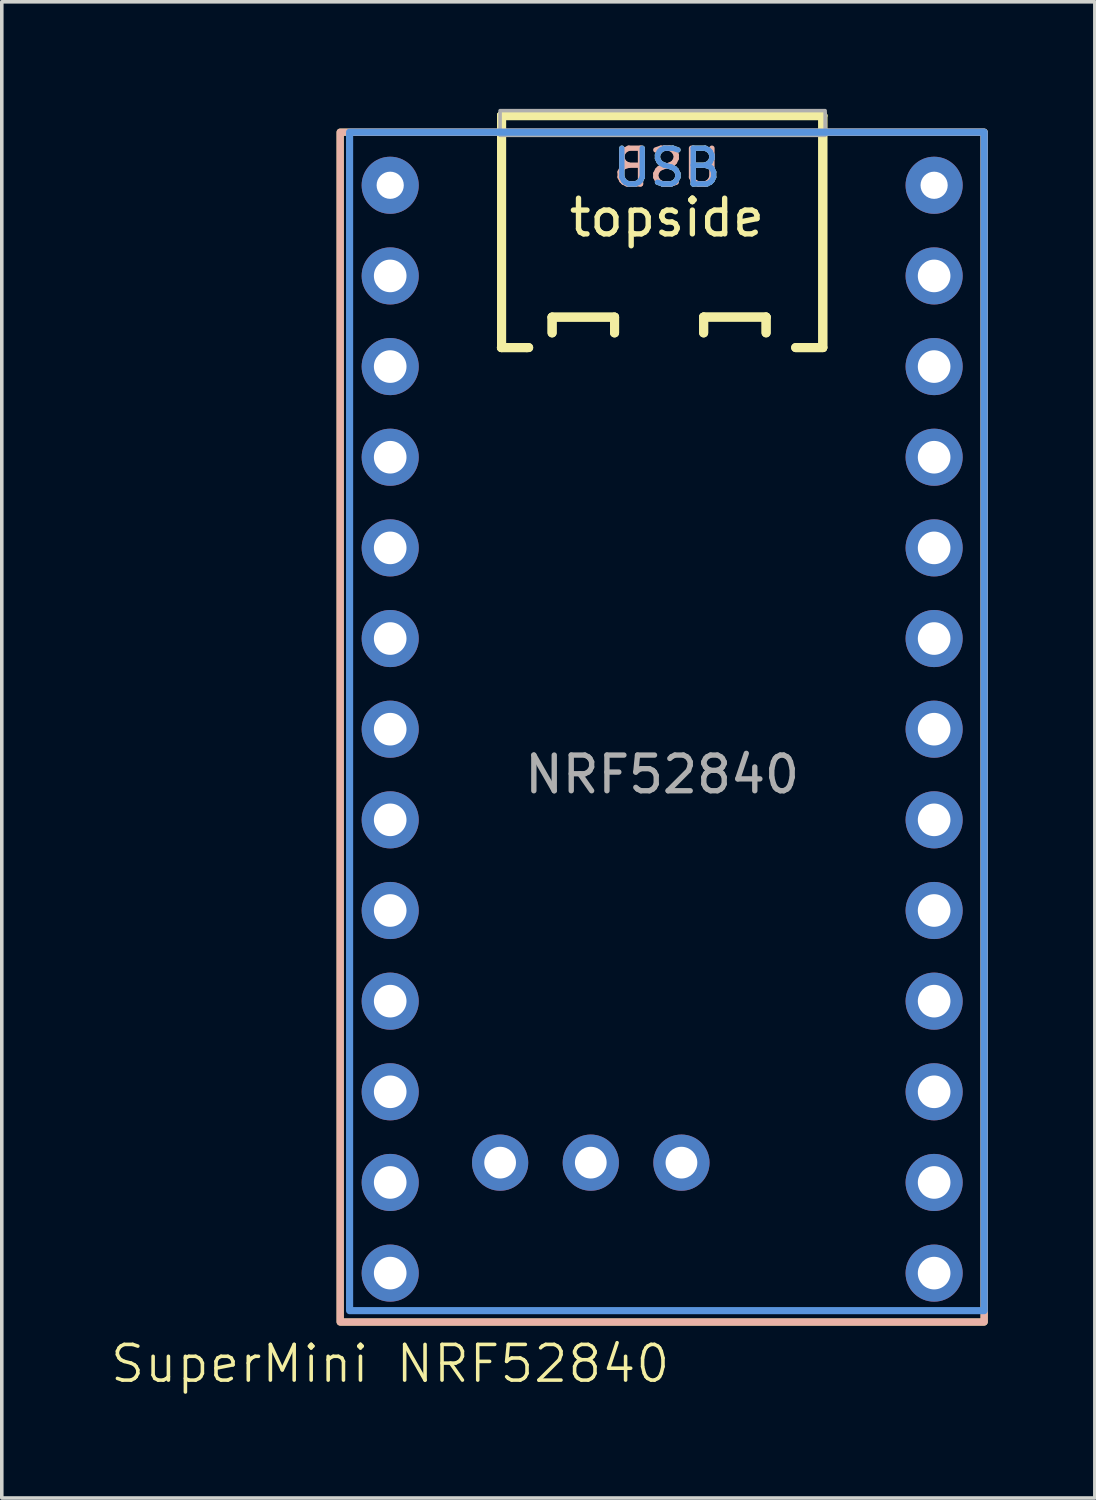
<source format=kicad_pcb>
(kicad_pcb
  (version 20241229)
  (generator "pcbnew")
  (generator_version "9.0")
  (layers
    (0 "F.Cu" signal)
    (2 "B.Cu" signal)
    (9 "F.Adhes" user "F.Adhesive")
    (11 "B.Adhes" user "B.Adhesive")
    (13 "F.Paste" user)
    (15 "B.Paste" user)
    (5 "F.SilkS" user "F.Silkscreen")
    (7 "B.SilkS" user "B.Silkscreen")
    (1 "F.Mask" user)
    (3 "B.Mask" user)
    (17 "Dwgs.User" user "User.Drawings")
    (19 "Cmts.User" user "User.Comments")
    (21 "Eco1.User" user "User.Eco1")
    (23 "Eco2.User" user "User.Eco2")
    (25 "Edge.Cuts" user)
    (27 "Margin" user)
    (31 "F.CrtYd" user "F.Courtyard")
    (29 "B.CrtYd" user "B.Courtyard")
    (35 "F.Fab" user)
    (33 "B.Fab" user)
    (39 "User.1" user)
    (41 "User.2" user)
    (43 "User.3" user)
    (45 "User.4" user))
  (footprint "SuperMini NRF52840"
    (layer "F.Cu")
    (at 7.883 2.141)
    (property "Reference" "SuperMini NRF52840" (at 0 33.02 0) (unlocked yes) (layer "F.SilkS") (effects (font (size 1 1) (thickness 0.1))))
    (attr through_hole exclude_from_bom)
    (fp_line (start 3.116 4.548) (end 3.824 4.548) (stroke (width 0.254) (type solid)) (layer "F.SilkS"))
    (fp_line (start 3.116 4.548) (end 3.824 4.548) (stroke (width 0.254) (type solid)) (layer "F.SilkS"))
    (fp_line (start 3.12 -1.952) (end 3.12 4.548) (stroke (width 0.254) (type solid)) (layer "F.SilkS"))
    (fp_line (start 3.12 -1.952) (end 3.12 4.548) (stroke (width 0.254) (type solid)) (layer "F.SilkS"))
    (fp_line (start 3.12 -1.952) (end 3.17 -1.952) (stroke (width 0.254) (type solid)) (layer "F.SilkS"))
    (fp_line (start 3.12 -1.952) (end 3.17 -1.952) (stroke (width 0.254) (type solid)) (layer "F.SilkS"))
    (fp_line (start 3.17 -1.952) (end 12.12 -1.952) (stroke (width 0.254) (type solid)) (layer "F.SilkS"))
    (fp_line (start 3.17 -1.952) (end 12.12 -1.952) (stroke (width 0.254) (type solid)) (layer "F.SilkS"))
    (fp_line (start 3.824 4.548) (end 3.879 4.548) (stroke (width 0.254) (type solid)) (layer "F.SilkS"))
    (fp_line (start 3.824 4.548) (end 3.879 4.548) (stroke (width 0.254) (type solid)) (layer "F.SilkS"))
    (fp_line (start 4.536 3.695) (end 4.536 4.136) (stroke (width 0.254) (type solid)) (layer "F.SilkS"))
    (fp_line (start 4.536 3.695) (end 4.536 4.136) (stroke (width 0.254) (type solid)) (layer "F.SilkS"))
    (fp_line (start 4.536 3.695) (end 6.286 3.695) (stroke (width 0.254) (type solid)) (layer "F.SilkS"))
    (fp_line (start 4.536 3.695) (end 6.286 3.695) (stroke (width 0.254) (type solid)) (layer "F.SilkS"))
    (fp_line (start 6.286 3.695) (end 6.286 4.136) (stroke (width 0.254) (type solid)) (layer "F.SilkS"))
    (fp_line (start 6.286 3.695) (end 6.286 4.136) (stroke (width 0.254) (type solid)) (layer "F.SilkS"))
    (fp_line (start 8.782 3.693) (end 8.782 4.136) (stroke (width 0.254) (type solid)) (layer "F.SilkS"))
    (fp_line (start 8.782 3.693) (end 8.782 4.136) (stroke (width 0.254) (type solid)) (layer "F.SilkS"))
    (fp_line (start 8.782 3.693) (end 10.532 3.693) (stroke (width 0.254) (type solid)) (layer "F.SilkS"))
    (fp_line (start 8.782 3.693) (end 10.532 3.693) (stroke (width 0.254) (type solid)) (layer "F.SilkS"))
    (fp_line (start 10.532 3.693) (end 10.532 4.135) (stroke (width 0.254) (type solid)) (layer "F.SilkS"))
    (fp_line (start 10.532 3.693) (end 10.532 4.135) (stroke (width 0.254) (type solid)) (layer "F.SilkS"))
    (fp_line (start 11.361 4.548) (end 12.12 4.548) (stroke (width 0.254) (type solid)) (layer "F.SilkS"))
    (fp_line (start 11.361 4.548) (end 12.12 4.548) (stroke (width 0.254) (type solid)) (layer "F.SilkS"))
    (fp_line (start 12.12 -1.952) (end 12.12 4.548) (stroke (width 0.254) (type solid)) (layer "F.SilkS"))
    (fp_line (start 12.12 -1.952) (end 12.12 4.548) (stroke (width 0.254) (type solid)) (layer "F.SilkS"))
    (fp_rect (start 16.642 -1.488) (end -1.402 31.85) (stroke (width 0.2) (type default)) (fill no) (layer "F.SilkS"))
    (fp_rect (start 16.642 -1.488) (end -1.402 31.85) (stroke (width 0.2) (type default)) (fill no) (layer "B.SilkS"))
    (fp_rect (start 16.642 -1.488) (end -1.138 31.532) (stroke (width 0.2) (type solid)) (fill no) (layer "Cmts.User"))
    (fp_line (start 3.15 -1.947) (end 3.15 4.553) (stroke (width 0.051) (type solid)) (layer "Eco1.User"))
    (fp_line (start 3.15 -1.947) (end 12.09 -1.947) (stroke (width 0.051) (type solid)) (layer "Eco1.User"))
    (fp_line (start 3.15 4.553) (end 12.09 4.553) (stroke (width 0.051) (type solid)) (layer "Eco1.User"))
    (fp_line (start 12.09 -1.947) (end 12.09 4.553) (stroke (width 0.051) (type solid)) (layer "Eco1.User"))
    (fp_rect (start 3.079 -1.398) (end 12.186 -2.091) (stroke (width 0.1) (type default)) (fill no) (layer "F.Fab"))
    (fp_circle (center 4.42 4.898) (end 4.57 4.898) (stroke (width 0.3) (type solid)) (fill no) (layer "User.6"))
    (fp_text user "USB" (at 7.752 0.092 0) (unlocked yes) (layer "F.SilkS") (effects (font (size 1 1) (thickness 0.15)) (justify bottom)))
    (fp_text user "topside" (at 7.752 1.492 0) (unlocked yes) (layer "F.SilkS") (effects (font (size 1 1) (thickness 0.15)) (justify bottom)))
    (fp_text user "USB" (at 7.752 0.092 0) (unlocked yes) (layer "B.SilkS") (effects (font (size 1 1) (thickness 0.15)) (justify bottom mirror)))
    (fp_text user "USB" (at 7.752 0.092 0) (layer "Cmts.User") (effects (font (size 1 1) (thickness 0.15)) (justify bottom)))
    (fp_text user "NRF52840" (at 7.62 16.51 0) (unlocked yes) (layer "F.Fab") (effects (font (size 1 1) (thickness 0.15))))
    (pad "1" thru_hole circle (at 0 2.54 90) (size 1.6 1.6) (drill 0.914) (layers "*.Cu" "*.Mask"))
    (pad "2" thru_hole circle (at 0 5.08 90) (size 1.6 1.6) (drill 0.914) (layers "*.Cu" "*.Mask"))
    (pad "3" thru_hole circle (at 0 7.62 90) (size 1.6 1.6) (drill 0.914) (layers "*.Cu" "*.Mask"))
    (pad "4" thru_hole circle (at 0 10.16 90) (size 1.6 1.6) (drill 0.914) (layers "*.Cu" "*.Mask"))
    (pad "5" thru_hole circle (at 0 12.7 90) (size 1.6 1.6) (drill 0.914) (layers "*.Cu" "*.Mask"))
    (pad "6" thru_hole circle (at 0 15.24 90) (size 1.6 1.6) (drill 0.914) (layers "*.Cu" "*.Mask"))
    (pad "7" thru_hole circle (at 0 17.78 90) (size 1.6 1.6) (drill 0.914) (layers "*.Cu" "*.Mask"))
    (pad "8" thru_hole circle (at 0 20.32 90) (size 1.6 1.6) (drill 0.914) (layers "*.Cu" "*.Mask"))
    (pad "9" thru_hole circle (at 0 22.86 90) (size 1.6 1.6) (drill 0.914) (layers "*.Cu" "*.Mask"))
    (pad "10" thru_hole circle (at 0 25.4 90) (size 1.6 1.6) (drill 0.914) (layers "*.Cu" "*.Mask"))
    (pad "11" thru_hole circle (at 0 27.94 90) (size 1.6 1.6) (drill 0.914) (layers "*.Cu" "*.Mask"))
    (pad "12" thru_hole circle (at 0 30.48 90) (size 1.6 1.6) (drill 0.914) (layers "*.Cu" "*.Mask"))
    (pad "13" thru_hole circle (at 15.24 2.54 270) (size 1.6 1.6) (drill 0.914) (layers "*.Cu" "*.Mask"))
    (pad "14" thru_hole circle (at 15.24 5.08 270) (size 1.6 1.6) (drill 0.914) (layers "*.Cu" "*.Mask"))
    (pad "15" thru_hole circle (at 15.24 7.62 270) (size 1.6 1.6) (drill 0.914) (layers "*.Cu" "*.Mask"))
    (pad "16" thru_hole circle (at 15.24 10.16 270) (size 1.6 1.6) (drill 0.914) (layers "*.Cu" "*.Mask"))
    (pad "17" thru_hole circle (at 15.24 12.7 270) (size 1.6 1.6) (drill 0.914) (layers "*.Cu" "*.Mask"))
    (pad "18" thru_hole circle (at 15.24 15.24 270) (size 1.6 1.6) (drill 0.914) (layers "*.Cu" "*.Mask"))
    (pad "19" thru_hole circle (at 15.24 17.78 270) (size 1.6 1.6) (drill 0.914) (layers "*.Cu" "*.Mask"))
    (pad "20" thru_hole circle (at 15.24 20.32 270) (size 1.6 1.6) (drill 0.914) (layers "*.Cu" "*.Mask"))
    (pad "21" thru_hole circle (at 15.24 22.86 270) (size 1.6 1.6) (drill 0.914) (layers "*.Cu" "*.Mask"))
    (pad "22" thru_hole circle (at 15.24 25.4 270) (size 1.6 1.6) (drill 0.914) (layers "*.Cu" "*.Mask"))
    (pad "23" thru_hole circle (at 15.24 27.94 270) (size 1.6 1.6) (drill 0.914) (layers "*.Cu" "*.Mask"))
    (pad "24" thru_hole circle (at 15.24 30.48 270) (size 1.6 1.6) (drill 0.914) (layers "*.Cu" "*.Mask"))
    (pad "25" thru_hole circle (at 3.08 27.385 270) (size 1.575 1.575) (drill 0.889) (layers "*.Cu" "*.Mask"))
    (pad "26" thru_hole circle (at 5.62 27.385 270) (size 1.575 1.575) (drill 0.889) (layers "*.Cu" "*.Mask"))
    (pad "27" thru_hole circle (at 8.16 27.385 270) (size 1.575 1.575) (drill 0.889) (layers "*.Cu" "*.Mask"))
    (pad "28" thru_hole circle (at 0 0 90) (size 1.6 1.6) (drill 0.762) (layers "*.Cu" "*.Mask"))
    (pad "29" thru_hole circle (at 15.24 -0.00001 270) (size 1.6 1.6) (drill 0.762) (layers "*.Cu" "*.Mask"))
    (zone (net_name "") (layers "F.Cu" "B.Cu") (hatch edge 0.5) (connect_pads) (min_thickness 0.25) (filled_areas_thickness no) (keepout (tracks not_allowed) (vias not_allowed) (pads not_allowed) (copperpour not_allowed) (footprints allowed)) (placement (enabled no)) (fill) (polygon (pts (xy 11.126 6.505) (xy 11.087 6.565) (xy 11.022 6.595) (xy 10.951 6.584) (xy 10.897 6.538) (xy 10.877 6.469) (xy 10.877 0.188) (xy 10.882 0.152) (xy 10.921 0.092) (xy 10.986 0.062) (xy 11.057 0.072) (xy 11.111 0.119) (xy 11.131 0.188) (xy 11.131 6.469))))
    (zone (net_name "") (layers "F.Cu" "B.Cu") (hatch edge 0.5) (connect_pads) (min_thickness 0.25) (filled_areas_thickness no) (keepout (tracks not_allowed) (vias not_allowed) (pads not_allowed) (copperpour not_allowed) (footprints allowed)) (placement (enabled no)) (fill) (polygon (pts (xy 11.126 6.505) (xy 11.087 6.565) (xy 11.022 6.595) (xy 10.951 6.584) (xy 10.897 6.538) (xy 10.877 6.469) (xy 10.877 0.188) (xy 10.882 0.152) (xy 10.921 0.092) (xy 10.986 0.062) (xy 11.057 0.072) (xy 11.111 0.119) (xy 11.131 0.188) (xy 11.131 6.469))))
    (zone (net_name "") (layers "F.Cu" "B.Cu") (hatch edge 0.5) (connect_pads) (min_thickness 0.25) (filled_areas_thickness no) (keepout (tracks not_allowed) (vias not_allowed) (pads not_allowed) (copperpour not_allowed) (footprints allowed)) (placement (enabled no)) (fill) (polygon (pts (xy 20.039 6.347) (xy 20.099 6.386) (xy 20.129 6.451) (xy 20.119 6.522) (xy 20.072 6.576) (xy 20.003 6.596) (xy 11.004 6.596) (xy 10.968 6.591) (xy 10.908 6.552) (xy 10.878 6.487) (xy 10.888 6.416) (xy 10.935 6.362) (xy 11.004 6.342) (xy 20.003 6.342))))
    (zone (net_name "") (layers "F.Cu" "B.Cu") (hatch edge 0.5) (connect_pads) (min_thickness 0.25) (filled_areas_thickness no) (keepout (tracks not_allowed) (vias not_allowed) (pads not_allowed) (copperpour not_allowed) (footprints allowed)) (placement (enabled no)) (fill) (polygon (pts (xy 20.039 6.347) (xy 20.099 6.386) (xy 20.129 6.451) (xy 20.119 6.522) (xy 20.072 6.576) (xy 20.003 6.596) (xy 11.004 6.596) (xy 10.968 6.591) (xy 10.908 6.552) (xy 10.878 6.487) (xy 10.888 6.416) (xy 10.935 6.362) (xy 11.004 6.342) (xy 20.003 6.342))))
    (zone (net_name "") (layers "F.Cu" "B.Cu") (hatch edge 0.5) (connect_pads) (min_thickness 0.25) (filled_areas_thickness no) (keepout (tracks not_allowed) (vias not_allowed) (pads not_allowed) (copperpour not_allowed) (footprints allowed)) (placement (enabled no)) (fill) (polygon (pts (xy 20.125 6.505) (xy 20.086 6.565) (xy 20.021 6.595) (xy 19.95 6.584) (xy 19.896 6.538) (xy 19.876 6.469) (xy 19.876 0.188) (xy 19.881 0.152) (xy 19.92 0.092) (xy 19.985 0.062) (xy 20.056 0.072) (xy 20.11 0.119) (xy 20.13 0.188) (xy 20.13 6.469))))
    (zone (net_name "") (layers "F.Cu" "B.Cu") (hatch edge 0.5) (connect_pads) (min_thickness 0.25) (filled_areas_thickness no) (keepout (tracks not_allowed) (vias not_allowed) (pads not_allowed) (copperpour not_allowed) (footprints allowed)) (placement (enabled no)) (fill) (polygon (pts (xy 20.125 6.505) (xy 20.086 6.565) (xy 20.021 6.595) (xy 19.95 6.584) (xy 19.896 6.538) (xy 19.876 6.469) (xy 19.876 0.188) (xy 19.881 0.152) (xy 19.92 0.092) (xy 19.985 0.062) (xy 20.056 0.072) (xy 20.11 0.119) (xy 20.13 0.188) (xy 20.13 6.469)))))
  (gr_rect
    (start -3 -3)
    (end 27.626 38.922)
    (stroke (width 0.1) (type default))
    (fill no)
    (layer "Edge.Cuts")))
</source>
